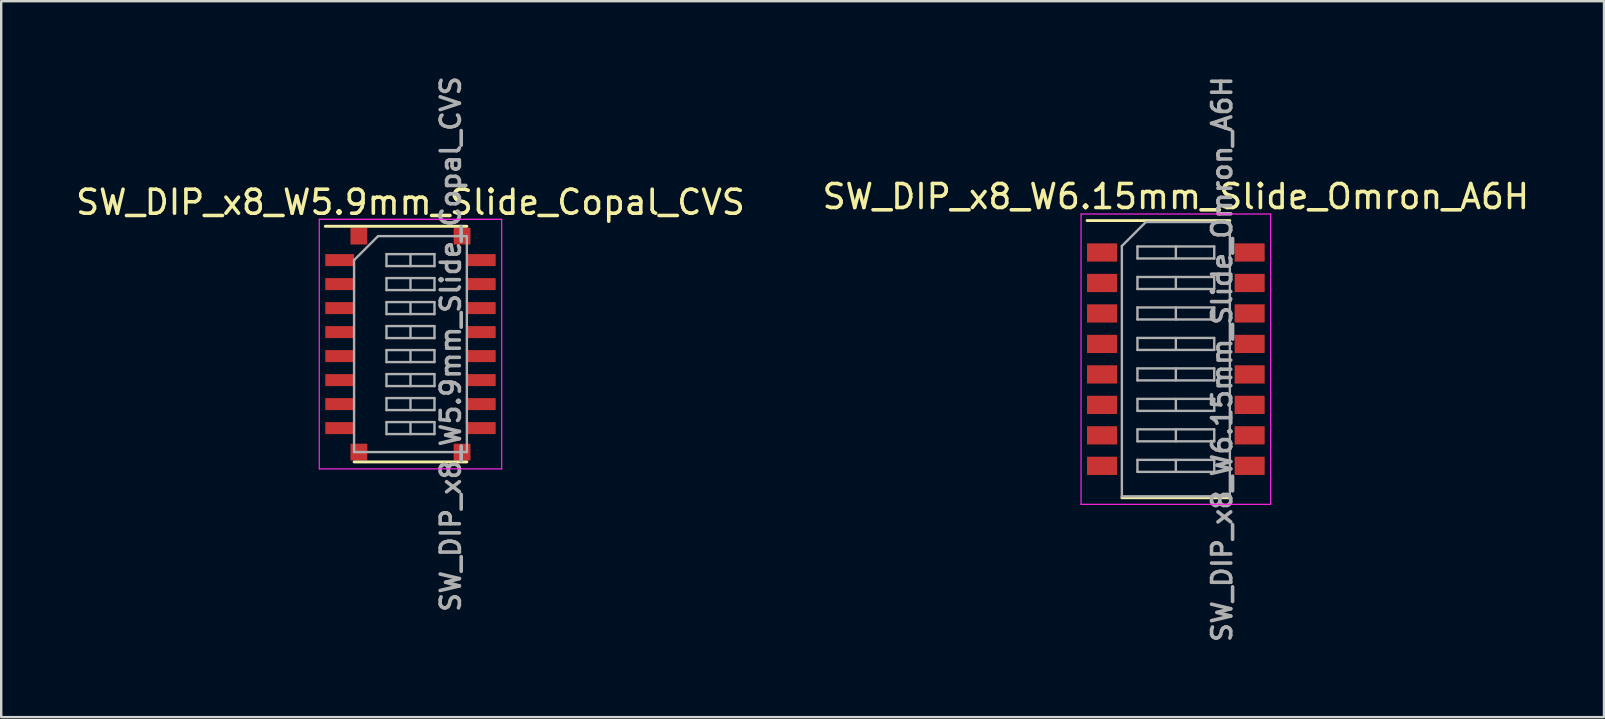
<source format=kicad_pcb>
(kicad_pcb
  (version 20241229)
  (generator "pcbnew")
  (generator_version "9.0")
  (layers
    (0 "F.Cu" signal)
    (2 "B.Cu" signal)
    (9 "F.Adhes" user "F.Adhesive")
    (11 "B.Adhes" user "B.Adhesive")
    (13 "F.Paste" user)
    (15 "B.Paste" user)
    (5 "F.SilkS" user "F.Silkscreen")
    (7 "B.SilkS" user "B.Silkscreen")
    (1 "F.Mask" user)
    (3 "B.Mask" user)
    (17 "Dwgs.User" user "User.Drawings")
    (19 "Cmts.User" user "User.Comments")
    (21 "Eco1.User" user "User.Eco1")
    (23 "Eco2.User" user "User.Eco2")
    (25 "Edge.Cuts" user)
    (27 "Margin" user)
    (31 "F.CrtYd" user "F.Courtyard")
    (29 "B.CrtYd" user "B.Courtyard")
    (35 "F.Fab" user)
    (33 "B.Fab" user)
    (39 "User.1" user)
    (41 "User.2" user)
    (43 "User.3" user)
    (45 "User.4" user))
  (footprint "SW_DIP_x8_W5.9mm_Slide_Copal_CVS"
    (layer "F.Cu")
    (at 14.054 11.288)
    (property "Reference" "SW_DIP_x8_W5.9mm_Slide_Copal_CVS" (at 0 -5.91 0) (layer "F.SilkS") (effects (font (size 1 1) (thickness 0.15))))
    (attr smd)
    (fp_line (start -3.55 -4.91) (end 2.35 -4.91) (stroke (width 0.12) (type solid)) (layer "F.SilkS"))
    (fp_line (start -2.35 4.91) (end 2.35 4.91) (stroke (width 0.12) (type solid)) (layer "F.SilkS"))
    (fp_line (start -3.8 -5.2) (end -3.8 5.2) (stroke (width 0.05) (type solid)) (layer "F.CrtYd"))
    (fp_line (start -3.8 5.2) (end 3.8 5.2) (stroke (width 0.05) (type solid)) (layer "F.CrtYd"))
    (fp_line (start 3.8 -5.2) (end -3.8 -5.2) (stroke (width 0.05) (type solid)) (layer "F.CrtYd"))
    (fp_line (start 3.8 5.2) (end 3.8 -5.2) (stroke (width 0.05) (type solid)) (layer "F.CrtYd"))
    (fp_line (start -2.35 -3.5) (end -1.35 -4.5) (stroke (width 0.1) (type solid)) (layer "F.Fab"))
    (fp_line (start -2.35 4.5) (end -2.35 -3.5) (stroke (width 0.1) (type solid)) (layer "F.Fab"))
    (fp_line (start -1.35 -4.5) (end 2.35 -4.5) (stroke (width 0.1) (type solid)) (layer "F.Fab"))
    (fp_line (start -1 -3.75) (end -1 -3.25) (stroke (width 0.1) (type solid)) (layer "F.Fab"))
    (fp_line (start -1 -3.25) (end 1 -3.25) (stroke (width 0.1) (type solid)) (layer "F.Fab"))
    (fp_line (start -1 -2.75) (end -1 -2.25) (stroke (width 0.1) (type solid)) (layer "F.Fab"))
    (fp_line (start -1 -2.25) (end 1 -2.25) (stroke (width 0.1) (type solid)) (layer "F.Fab"))
    (fp_line (start -1 -1.75) (end -1 -1.25) (stroke (width 0.1) (type solid)) (layer "F.Fab"))
    (fp_line (start -1 -1.25) (end 1 -1.25) (stroke (width 0.1) (type solid)) (layer "F.Fab"))
    (fp_line (start -1 -0.75) (end -1 -0.25) (stroke (width 0.1) (type solid)) (layer "F.Fab"))
    (fp_line (start -1 -0.25) (end 1 -0.25) (stroke (width 0.1) (type solid)) (layer "F.Fab"))
    (fp_line (start -1 0.25) (end -1 0.75) (stroke (width 0.1) (type solid)) (layer "F.Fab"))
    (fp_line (start -1 0.75) (end 1 0.75) (stroke (width 0.1) (type solid)) (layer "F.Fab"))
    (fp_line (start -1 1.25) (end -1 1.75) (stroke (width 0.1) (type solid)) (layer "F.Fab"))
    (fp_line (start -1 1.75) (end 1 1.75) (stroke (width 0.1) (type solid)) (layer "F.Fab"))
    (fp_line (start -1 2.25) (end -1 2.75) (stroke (width 0.1) (type solid)) (layer "F.Fab"))
    (fp_line (start -1 2.75) (end 1 2.75) (stroke (width 0.1) (type solid)) (layer "F.Fab"))
    (fp_line (start -1 3.25) (end -1 3.75) (stroke (width 0.1) (type solid)) (layer "F.Fab"))
    (fp_line (start -1 3.75) (end 1 3.75) (stroke (width 0.1) (type solid)) (layer "F.Fab"))
    (fp_line (start 0 -3.75) (end 0 -3.25) (stroke (width 0.1) (type solid)) (layer "F.Fab"))
    (fp_line (start 0 -2.75) (end 0 -2.25) (stroke (width 0.1) (type solid)) (layer "F.Fab"))
    (fp_line (start 0 -1.75) (end 0 -1.25) (stroke (width 0.1) (type solid)) (layer "F.Fab"))
    (fp_line (start 0 -0.75) (end 0 -0.25) (stroke (width 0.1) (type solid)) (layer "F.Fab"))
    (fp_line (start 0 0.25) (end 0 0.75) (stroke (width 0.1) (type solid)) (layer "F.Fab"))
    (fp_line (start 0 1.25) (end 0 1.75) (stroke (width 0.1) (type solid)) (layer "F.Fab"))
    (fp_line (start 0 2.25) (end 0 2.75) (stroke (width 0.1) (type solid)) (layer "F.Fab"))
    (fp_line (start 0 3.25) (end 0 3.75) (stroke (width 0.1) (type solid)) (layer "F.Fab"))
    (fp_line (start 1 -3.75) (end -1 -3.75) (stroke (width 0.1) (type solid)) (layer "F.Fab"))
    (fp_line (start 1 -3.25) (end 1 -3.75) (stroke (width 0.1) (type solid)) (layer "F.Fab"))
    (fp_line (start 1 -2.75) (end -1 -2.75) (stroke (width 0.1) (type solid)) (layer "F.Fab"))
    (fp_line (start 1 -2.25) (end 1 -2.75) (stroke (width 0.1) (type solid)) (layer "F.Fab"))
    (fp_line (start 1 -1.75) (end -1 -1.75) (stroke (width 0.1) (type solid)) (layer "F.Fab"))
    (fp_line (start 1 -1.25) (end 1 -1.75) (stroke (width 0.1) (type solid)) (layer "F.Fab"))
    (fp_line (start 1 -0.75) (end -1 -0.75) (stroke (width 0.1) (type solid)) (layer "F.Fab"))
    (fp_line (start 1 -0.25) (end 1 -0.75) (stroke (width 0.1) (type solid)) (layer "F.Fab"))
    (fp_line (start 1 0.25) (end -1 0.25) (stroke (width 0.1) (type solid)) (layer "F.Fab"))
    (fp_line (start 1 0.75) (end 1 0.25) (stroke (width 0.1) (type solid)) (layer "F.Fab"))
    (fp_line (start 1 1.25) (end -1 1.25) (stroke (width 0.1) (type solid)) (layer "F.Fab"))
    (fp_line (start 1 1.75) (end 1 1.25) (stroke (width 0.1) (type solid)) (layer "F.Fab"))
    (fp_line (start 1 2.25) (end -1 2.25) (stroke (width 0.1) (type solid)) (layer "F.Fab"))
    (fp_line (start 1 2.75) (end 1 2.25) (stroke (width 0.1) (type solid)) (layer "F.Fab"))
    (fp_line (start 1 3.25) (end -1 3.25) (stroke (width 0.1) (type solid)) (layer "F.Fab"))
    (fp_line (start 1 3.75) (end 1 3.25) (stroke (width 0.1) (type solid)) (layer "F.Fab"))
    (fp_line (start 2.35 -4.5) (end 2.35 4.5) (stroke (width 0.1) (type solid)) (layer "F.Fab"))
    (fp_line (start 2.35 4.5) (end -2.35 4.5) (stroke (width 0.1) (type solid)) (layer "F.Fab"))
    (fp_text user "${REFERENCE}" (at 1.675 0 90) (layer "F.Fab") (effects (font (size 0.8 0.8) (thickness 0.15))))
    (pad "1" smd rect (at -2.95 -3.5) (size 1.2 0.5) (layers "F.Cu" "F.Mask" "F.Paste"))
    (pad "2" smd rect (at -2.95 -2.5) (size 1.2 0.5) (layers "F.Cu" "F.Mask" "F.Paste"))
    (pad "3" smd rect (at -2.95 -1.5) (size 1.2 0.5) (layers "F.Cu" "F.Mask" "F.Paste"))
    (pad "4" smd rect (at -2.95 -0.5) (size 1.2 0.5) (layers "F.Cu" "F.Mask" "F.Paste"))
    (pad "5" smd rect (at -2.95 0.5) (size 1.2 0.5) (layers "F.Cu" "F.Mask" "F.Paste"))
    (pad "6" smd rect (at -2.95 1.5) (size 1.2 0.5) (layers "F.Cu" "F.Mask" "F.Paste"))
    (pad "7" smd rect (at -2.95 2.5) (size 1.2 0.5) (layers "F.Cu" "F.Mask" "F.Paste"))
    (pad "8" smd rect (at -2.95 3.5) (size 1.2 0.5) (layers "F.Cu" "F.Mask" "F.Paste"))
    (pad "9" smd rect (at 2.95 3.5) (size 1.2 0.5) (layers "F.Cu" "F.Mask" "F.Paste"))
    (pad "10" smd rect (at 2.95 2.5) (size 1.2 0.5) (layers "F.Cu" "F.Mask" "F.Paste"))
    (pad "11" smd rect (at 2.95 1.5) (size 1.2 0.5) (layers "F.Cu" "F.Mask" "F.Paste"))
    (pad "12" smd rect (at 2.95 0.5) (size 1.2 0.5) (layers "F.Cu" "F.Mask" "F.Paste"))
    (pad "13" smd rect (at 2.95 -0.5) (size 1.2 0.5) (layers "F.Cu" "F.Mask" "F.Paste"))
    (pad "14" smd rect (at 2.95 -1.5) (size 1.2 0.5) (layers "F.Cu" "F.Mask" "F.Paste"))
    (pad "15" smd rect (at 2.95 -2.5) (size 1.2 0.5) (layers "F.Cu" "F.Mask" "F.Paste"))
    (pad "16" smd rect (at 2.95 -3.5) (size 1.2 0.5) (layers "F.Cu" "F.Mask" "F.Paste"))
    (pad "17" smd rect (at -2.15 -4.5) (size 0.7 0.7) (layers "F.Cu" "F.Mask" "F.Paste"))
    (pad "17" smd rect (at -2.15 4.5) (size 0.7 0.7) (layers "F.Cu" "F.Mask" "F.Paste"))
    (pad "17" smd rect (at 2.15 -4.5) (size 0.7 0.7) (layers "F.Cu" "F.Mask" "F.Paste"))
    (pad "17" smd rect (at 2.15 4.5) (size 0.7 0.7) (layers "F.Cu" "F.Mask" "F.Paste")))
  (footprint "SW_DIP_x8_W6.15mm_Slide_Omron_A6H"
    (layer "F.Cu")
    (at 45.946 11.916)
    (property "Reference" "SW_DIP_x8_W6.15mm_Slide_Omron_A6H" (at 0 -6.775 0) (layer "F.SilkS") (effects (font (size 1 1) (thickness 0.15))))
    (attr smd)
    (fp_line (start -3.7 -5.775) (end 2.25 -5.775) (stroke (width 0.12) (type solid)) (layer "F.SilkS"))
    (fp_line (start -2.25 5.775) (end 2.25 5.775) (stroke (width 0.12) (type solid)) (layer "F.SilkS"))
    (fp_line (start -3.95 -6.05) (end -3.95 6.05) (stroke (width 0.05) (type solid)) (layer "F.CrtYd"))
    (fp_line (start -3.95 6.05) (end 3.95 6.05) (stroke (width 0.05) (type solid)) (layer "F.CrtYd"))
    (fp_line (start 3.95 -6.05) (end -3.95 -6.05) (stroke (width 0.05) (type solid)) (layer "F.CrtYd"))
    (fp_line (start 3.95 6.05) (end 3.95 -6.05) (stroke (width 0.05) (type solid)) (layer "F.CrtYd"))
    (fp_line (start -2.25 -4.715) (end -1.25 -5.715) (stroke (width 0.1) (type solid)) (layer "F.Fab"))
    (fp_line (start -2.25 5.715) (end -2.25 -4.715) (stroke (width 0.1) (type solid)) (layer "F.Fab"))
    (fp_line (start -1.6 -4.695) (end -1.6 -4.195) (stroke (width 0.1) (type solid)) (layer "F.Fab"))
    (fp_line (start -1.6 -4.195) (end 1.6 -4.195) (stroke (width 0.1) (type solid)) (layer "F.Fab"))
    (fp_line (start -1.6 -3.425) (end -1.6 -2.925) (stroke (width 0.1) (type solid)) (layer "F.Fab"))
    (fp_line (start -1.6 -2.925) (end 1.6 -2.925) (stroke (width 0.1) (type solid)) (layer "F.Fab"))
    (fp_line (start -1.6 -2.155) (end -1.6 -1.655) (stroke (width 0.1) (type solid)) (layer "F.Fab"))
    (fp_line (start -1.6 -1.655) (end 1.6 -1.655) (stroke (width 0.1) (type solid)) (layer "F.Fab"))
    (fp_line (start -1.6 -0.885) (end -1.6 -0.385) (stroke (width 0.1) (type solid)) (layer "F.Fab"))
    (fp_line (start -1.6 -0.385) (end 1.6 -0.385) (stroke (width 0.1) (type solid)) (layer "F.Fab"))
    (fp_line (start -1.6 0.385) (end -1.6 0.885) (stroke (width 0.1) (type solid)) (layer "F.Fab"))
    (fp_line (start -1.6 0.885) (end 1.6 0.885) (stroke (width 0.1) (type solid)) (layer "F.Fab"))
    (fp_line (start -1.6 1.655) (end -1.6 2.155) (stroke (width 0.1) (type solid)) (layer "F.Fab"))
    (fp_line (start -1.6 2.155) (end 1.6 2.155) (stroke (width 0.1) (type solid)) (layer "F.Fab"))
    (fp_line (start -1.6 2.925) (end -1.6 3.425) (stroke (width 0.1) (type solid)) (layer "F.Fab"))
    (fp_line (start -1.6 3.425) (end 1.6 3.425) (stroke (width 0.1) (type solid)) (layer "F.Fab"))
    (fp_line (start -1.6 4.195) (end -1.6 4.695) (stroke (width 0.1) (type solid)) (layer "F.Fab"))
    (fp_line (start -1.6 4.695) (end 1.6 4.695) (stroke (width 0.1) (type solid)) (layer "F.Fab"))
    (fp_line (start -1.25 -5.715) (end 2.25 -5.715) (stroke (width 0.1) (type solid)) (layer "F.Fab"))
    (fp_line (start 0 -4.695) (end 0 -4.195) (stroke (width 0.1) (type solid)) (layer "F.Fab"))
    (fp_line (start 0 -3.425) (end 0 -2.925) (stroke (width 0.1) (type solid)) (layer "F.Fab"))
    (fp_line (start 0 -2.155) (end 0 -1.655) (stroke (width 0.1) (type solid)) (layer "F.Fab"))
    (fp_line (start 0 -0.885) (end 0 -0.385) (stroke (width 0.1) (type solid)) (layer "F.Fab"))
    (fp_line (start 0 0.385) (end 0 0.885) (stroke (width 0.1) (type solid)) (layer "F.Fab"))
    (fp_line (start 0 1.655) (end 0 2.155) (stroke (width 0.1) (type solid)) (layer "F.Fab"))
    (fp_line (start 0 2.925) (end 0 3.425) (stroke (width 0.1) (type solid)) (layer "F.Fab"))
    (fp_line (start 0 4.195) (end 0 4.695) (stroke (width 0.1) (type solid)) (layer "F.Fab"))
    (fp_line (start 1.6 -4.695) (end -1.6 -4.695) (stroke (width 0.1) (type solid)) (layer "F.Fab"))
    (fp_line (start 1.6 -4.195) (end 1.6 -4.695) (stroke (width 0.1) (type solid)) (layer "F.Fab"))
    (fp_line (start 1.6 -3.425) (end -1.6 -3.425) (stroke (width 0.1) (type solid)) (layer "F.Fab"))
    (fp_line (start 1.6 -2.925) (end 1.6 -3.425) (stroke (width 0.1) (type solid)) (layer "F.Fab"))
    (fp_line (start 1.6 -2.155) (end -1.6 -2.155) (stroke (width 0.1) (type solid)) (layer "F.Fab"))
    (fp_line (start 1.6 -1.655) (end 1.6 -2.155) (stroke (width 0.1) (type solid)) (layer "F.Fab"))
    (fp_line (start 1.6 -0.885) (end -1.6 -0.885) (stroke (width 0.1) (type solid)) (layer "F.Fab"))
    (fp_line (start 1.6 -0.385) (end 1.6 -0.885) (stroke (width 0.1) (type solid)) (layer "F.Fab"))
    (fp_line (start 1.6 0.385) (end -1.6 0.385) (stroke (width 0.1) (type solid)) (layer "F.Fab"))
    (fp_line (start 1.6 0.885) (end 1.6 0.385) (stroke (width 0.1) (type solid)) (layer "F.Fab"))
    (fp_line (start 1.6 1.655) (end -1.6 1.655) (stroke (width 0.1) (type solid)) (layer "F.Fab"))
    (fp_line (start 1.6 2.155) (end 1.6 1.655) (stroke (width 0.1) (type solid)) (layer "F.Fab"))
    (fp_line (start 1.6 2.925) (end -1.6 2.925) (stroke (width 0.1) (type solid)) (layer "F.Fab"))
    (fp_line (start 1.6 3.425) (end 1.6 2.925) (stroke (width 0.1) (type solid)) (layer "F.Fab"))
    (fp_line (start 1.6 4.195) (end -1.6 4.195) (stroke (width 0.1) (type solid)) (layer "F.Fab"))
    (fp_line (start 1.6 4.695) (end 1.6 4.195) (stroke (width 0.1) (type solid)) (layer "F.Fab"))
    (fp_line (start 2.25 -5.715) (end 2.25 5.715) (stroke (width 0.1) (type solid)) (layer "F.Fab"))
    (fp_line (start 2.25 5.715) (end -2.25 5.715) (stroke (width 0.1) (type solid)) (layer "F.Fab"))
    (fp_text user "${REFERENCE}" (at 1.925 0 90) (layer "F.Fab") (effects (font (size 0.8 0.8) (thickness 0.15))))
    (pad "1" smd rect (at -3.075 -4.445) (size 1.25 0.76) (layers "F.Cu" "F.Mask" "F.Paste"))
    (pad "2" smd rect (at -3.075 -3.175) (size 1.25 0.76) (layers "F.Cu" "F.Mask" "F.Paste"))
    (pad "3" smd rect (at -3.075 -1.905) (size 1.25 0.76) (layers "F.Cu" "F.Mask" "F.Paste"))
    (pad "4" smd rect (at -3.075 -0.635) (size 1.25 0.76) (layers "F.Cu" "F.Mask" "F.Paste"))
    (pad "5" smd rect (at -3.075 0.635) (size 1.25 0.76) (layers "F.Cu" "F.Mask" "F.Paste"))
    (pad "6" smd rect (at -3.075 1.905) (size 1.25 0.76) (layers "F.Cu" "F.Mask" "F.Paste"))
    (pad "7" smd rect (at -3.075 3.175) (size 1.25 0.76) (layers "F.Cu" "F.Mask" "F.Paste"))
    (pad "8" smd rect (at -3.075 4.445) (size 1.25 0.76) (layers "F.Cu" "F.Mask" "F.Paste"))
    (pad "9" smd rect (at 3.075 4.445) (size 1.25 0.76) (layers "F.Cu" "F.Mask" "F.Paste"))
    (pad "10" smd rect (at 3.075 3.175) (size 1.25 0.76) (layers "F.Cu" "F.Mask" "F.Paste"))
    (pad "11" smd rect (at 3.075 1.905) (size 1.25 0.76) (layers "F.Cu" "F.Mask" "F.Paste"))
    (pad "12" smd rect (at 3.075 0.635) (size 1.25 0.76) (layers "F.Cu" "F.Mask" "F.Paste"))
    (pad "13" smd rect (at 3.075 -0.635) (size 1.25 0.76) (layers "F.Cu" "F.Mask" "F.Paste"))
    (pad "14" smd rect (at 3.075 -1.905) (size 1.25 0.76) (layers "F.Cu" "F.Mask" "F.Paste"))
    (pad "15" smd rect (at 3.075 -3.175) (size 1.25 0.76) (layers "F.Cu" "F.Mask" "F.Paste"))
    (pad "16" smd rect (at 3.075 -4.445) (size 1.25 0.76) (layers "F.Cu" "F.Mask" "F.Paste")))
  (gr_rect
    (start -3 -3)
    (end 63.786 26.833)
    (stroke (width 0.1) (type default))
    (fill no)
    (layer "Edge.Cuts")))
</source>
